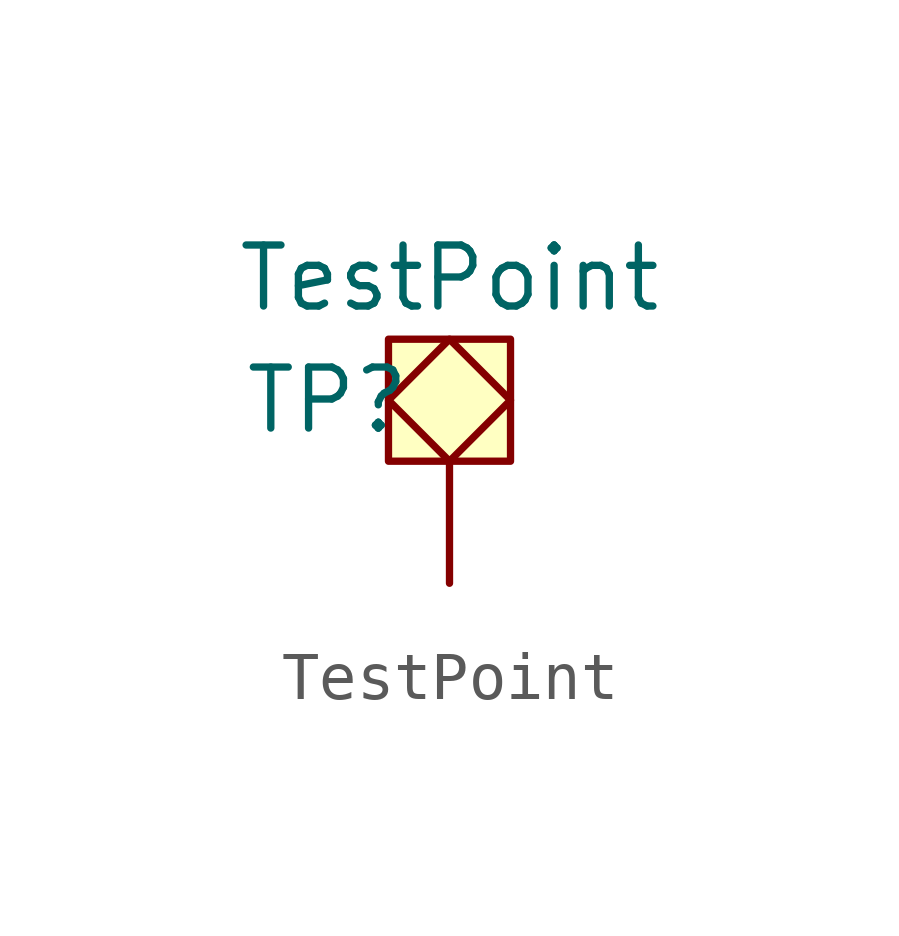
<source format=kicad_sym>
(kicad_symbol_lib
  (version 20220914)
  (generator kicad_symbol_editor)
  (symbol "TestPoint"
    (pin_numbers hide)
    (pin_names hide)
    (property "Reference" "TP"
      (at -2.54 3.81 0)
      (effects (font (size 1.27 1.27))))
    (property "Value" "TestPoint"
      (at 0 6.35 0)
      (effects (font (size 1.27 1.27))))
    (symbol "TestPoint_1_1"
      (rectangle (start -1.27 5.08) (end 1.27 2.54) (stroke (width 0) (type default)) (fill (type background)))
      (polyline (pts (xy 0 5.08) (xy 1.27 3.81) (xy 0 2.54) (xy -1.27 3.81) (xy 0 5.08)) (stroke (width 0) (type default)) (fill (type none)))
      (pin passive line (at 0 0 90) (length 2.54) (name "" (effects (font (size 1.27 1.27)))) (number "1" (effects (font (size 1.27 1.27))))))))
</source>
